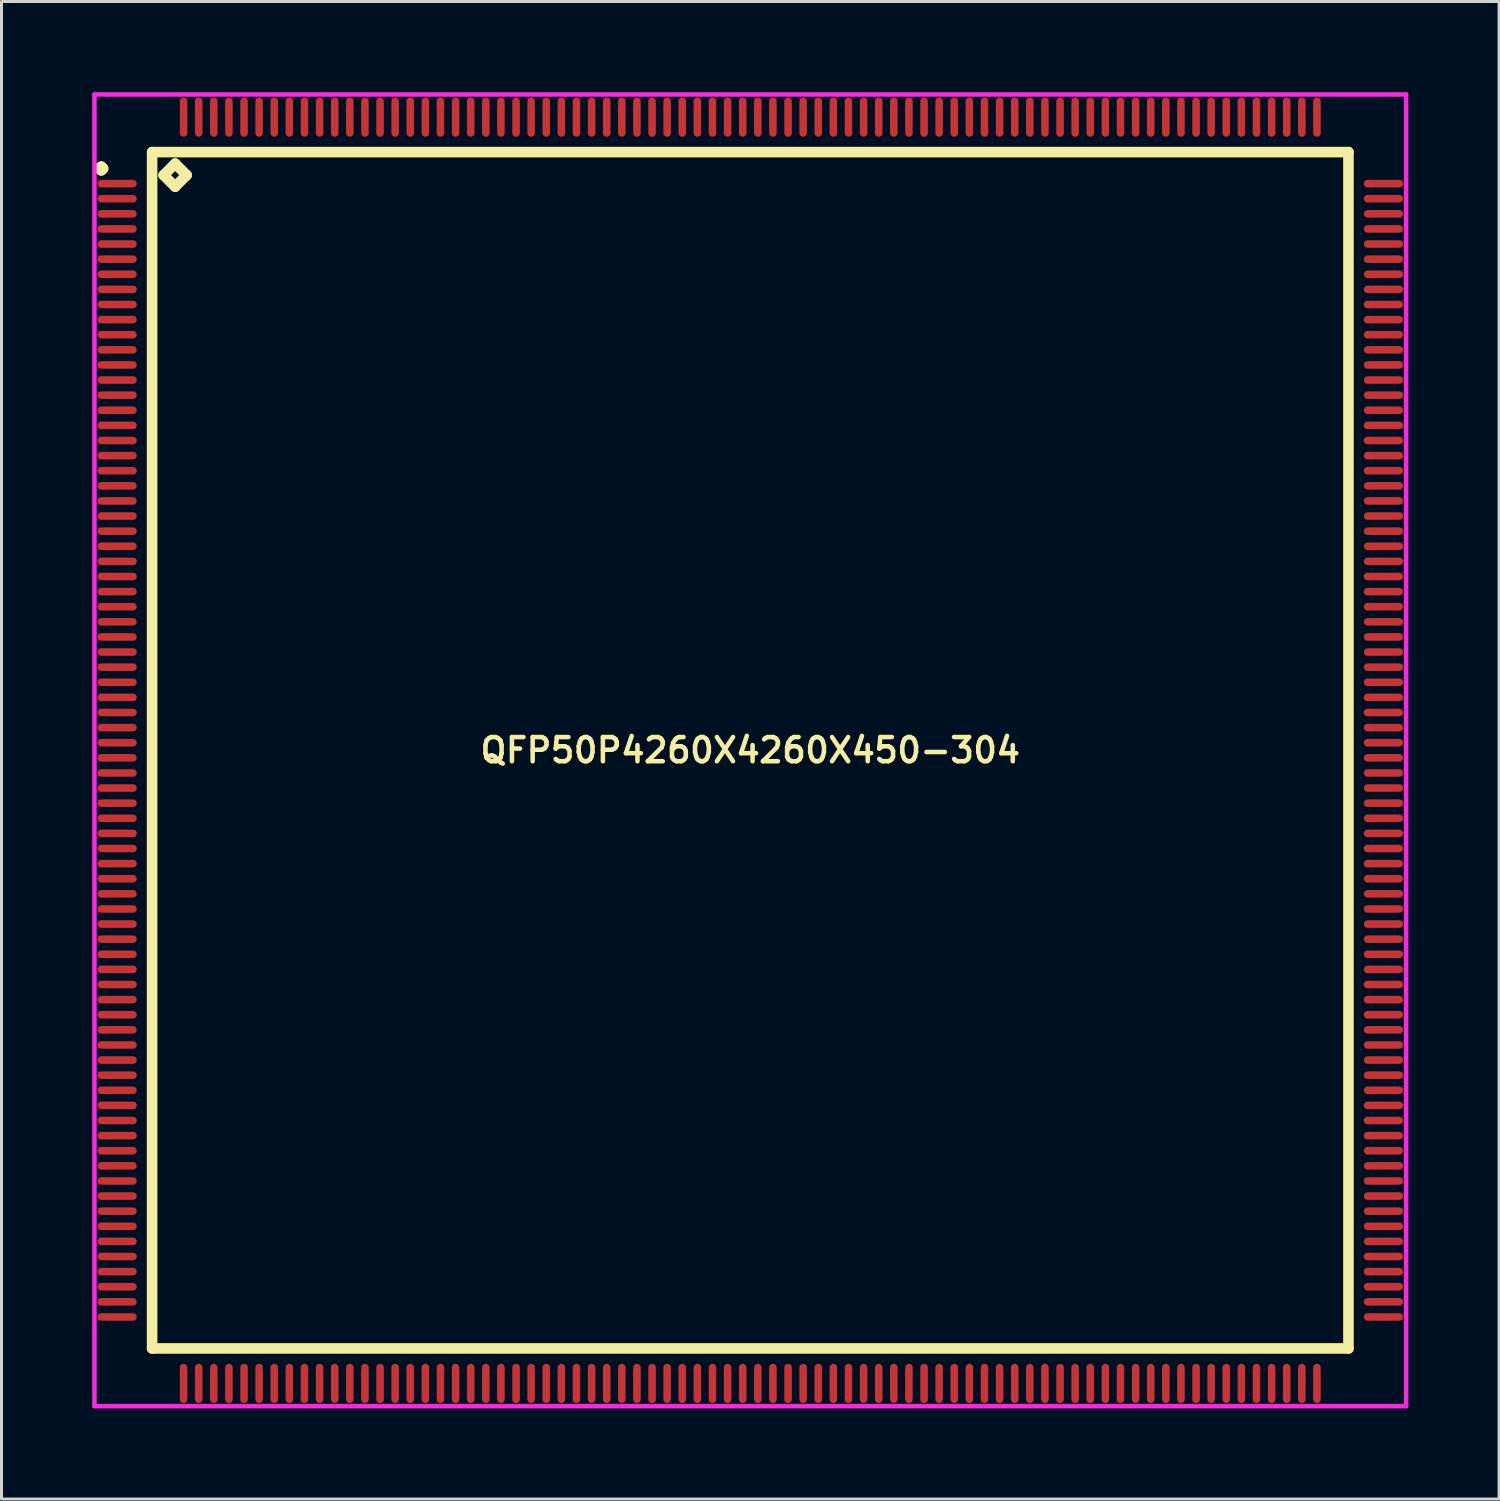
<source format=kicad_pcb>
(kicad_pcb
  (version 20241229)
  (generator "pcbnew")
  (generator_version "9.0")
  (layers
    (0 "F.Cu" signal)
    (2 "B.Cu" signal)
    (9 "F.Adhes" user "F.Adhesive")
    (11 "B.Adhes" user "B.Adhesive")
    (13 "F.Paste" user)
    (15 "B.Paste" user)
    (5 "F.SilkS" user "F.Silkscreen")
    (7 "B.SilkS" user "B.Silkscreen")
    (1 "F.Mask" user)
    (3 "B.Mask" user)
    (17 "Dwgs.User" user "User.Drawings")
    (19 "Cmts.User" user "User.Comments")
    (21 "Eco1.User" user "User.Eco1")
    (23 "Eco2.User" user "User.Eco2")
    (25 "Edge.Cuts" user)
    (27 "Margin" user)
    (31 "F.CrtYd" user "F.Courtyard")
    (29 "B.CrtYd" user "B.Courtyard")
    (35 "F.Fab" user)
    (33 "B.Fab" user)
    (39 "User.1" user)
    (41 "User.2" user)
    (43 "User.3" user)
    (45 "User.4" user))
  (footprint "QFP50P4260X4260X450-304"
    (layer "F.Cu")
    (at 21.775 21.775)
    (property "Reference" "QFP50P4260X4260X450-304" (at 0 0 0) (layer "F.SilkS") (effects (font (size 0.8 0.8) (thickness 0.15))))
    (attr smd)
    (fp_line (start -21.538 -19.25) (end -21.475 -19.312) (stroke (width 0.35) (type solid)) (layer "F.SilkS"))
    (fp_line (start -21.475 -19.312) (end -21.413 -19.25) (stroke (width 0.35) (type solid)) (layer "F.SilkS"))
    (fp_line (start -21.475 -19.188) (end -21.538 -19.25) (stroke (width 0.35) (type solid)) (layer "F.SilkS"))
    (fp_line (start -21.413 -19.25) (end -21.475 -19.188) (stroke (width 0.35) (type solid)) (layer "F.SilkS"))
    (fp_line (start -19.792 -19.792) (end -19.792 19.792) (stroke (width 0.35) (type solid)) (layer "F.SilkS"))
    (fp_line (start -19.792 19.792) (end 19.792 19.792) (stroke (width 0.35) (type solid)) (layer "F.SilkS"))
    (fp_line (start -19.411 -19.03) (end -19.03 -19.411) (stroke (width 0.35) (type solid)) (layer "F.SilkS"))
    (fp_line (start -19.03 -19.411) (end -18.649 -19.03) (stroke (width 0.35) (type solid)) (layer "F.SilkS"))
    (fp_line (start -19.03 -18.649) (end -19.411 -19.03) (stroke (width 0.35) (type solid)) (layer "F.SilkS"))
    (fp_line (start -18.649 -19.03) (end -19.03 -18.649) (stroke (width 0.35) (type solid)) (layer "F.SilkS"))
    (fp_line (start 19.792 -19.792) (end -19.792 -19.792) (stroke (width 0.35) (type solid)) (layer "F.SilkS"))
    (fp_line (start 19.792 19.792) (end 19.792 -19.792) (stroke (width 0.35) (type solid)) (layer "F.SilkS"))
    (fp_line (start -21.7 -21.7) (end 21.7 -21.7) (stroke (width 0.15) (type solid)) (layer "F.CrtYd"))
    (fp_line (start -21.7 21.7) (end -21.7 -21.7) (stroke (width 0.15) (type solid)) (layer "F.CrtYd"))
    (fp_line (start 21.7 -21.7) (end 21.7 21.7) (stroke (width 0.15) (type solid)) (layer "F.CrtYd"))
    (fp_line (start 21.7 21.7) (end -21.7 21.7) (stroke (width 0.15) (type solid)) (layer "F.CrtYd"))
    (pad "1" smd oval (at -20.95 -18.75) (size 1.3 0.25) (layers "F.Cu" "F.Mask" "F.Paste"))
    (pad "2" smd oval (at -20.95 -18.25) (size 1.3 0.25) (layers "F.Cu" "F.Mask" "F.Paste"))
    (pad "3" smd oval (at -20.95 -17.75) (size 1.3 0.25) (layers "F.Cu" "F.Mask" "F.Paste"))
    (pad "4" smd oval (at -20.95 -17.25) (size 1.3 0.25) (layers "F.Cu" "F.Mask" "F.Paste"))
    (pad "5" smd oval (at -20.95 -16.75) (size 1.3 0.25) (layers "F.Cu" "F.Mask" "F.Paste"))
    (pad "6" smd oval (at -20.95 -16.25) (size 1.3 0.25) (layers "F.Cu" "F.Mask" "F.Paste"))
    (pad "7" smd oval (at -20.95 -15.75) (size 1.3 0.25) (layers "F.Cu" "F.Mask" "F.Paste"))
    (pad "8" smd oval (at -20.95 -15.25) (size 1.3 0.25) (layers "F.Cu" "F.Mask" "F.Paste"))
    (pad "9" smd oval (at -20.95 -14.75) (size 1.3 0.25) (layers "F.Cu" "F.Mask" "F.Paste"))
    (pad "10" smd oval (at -20.95 -14.25) (size 1.3 0.25) (layers "F.Cu" "F.Mask" "F.Paste"))
    (pad "11" smd oval (at -20.95 -13.75) (size 1.3 0.25) (layers "F.Cu" "F.Mask" "F.Paste"))
    (pad "12" smd oval (at -20.95 -13.25) (size 1.3 0.25) (layers "F.Cu" "F.Mask" "F.Paste"))
    (pad "13" smd oval (at -20.95 -12.75) (size 1.3 0.25) (layers "F.Cu" "F.Mask" "F.Paste"))
    (pad "14" smd oval (at -20.95 -12.25) (size 1.3 0.25) (layers "F.Cu" "F.Mask" "F.Paste"))
    (pad "15" smd oval (at -20.95 -11.75) (size 1.3 0.25) (layers "F.Cu" "F.Mask" "F.Paste"))
    (pad "16" smd oval (at -20.95 -11.25) (size 1.3 0.25) (layers "F.Cu" "F.Mask" "F.Paste"))
    (pad "17" smd oval (at -20.95 -10.75) (size 1.3 0.25) (layers "F.Cu" "F.Mask" "F.Paste"))
    (pad "18" smd oval (at -20.95 -10.25) (size 1.3 0.25) (layers "F.Cu" "F.Mask" "F.Paste"))
    (pad "19" smd oval (at -20.95 -9.75) (size 1.3 0.25) (layers "F.Cu" "F.Mask" "F.Paste"))
    (pad "20" smd oval (at -20.95 -9.25) (size 1.3 0.25) (layers "F.Cu" "F.Mask" "F.Paste"))
    (pad "21" smd oval (at -20.95 -8.75) (size 1.3 0.25) (layers "F.Cu" "F.Mask" "F.Paste"))
    (pad "22" smd oval (at -20.95 -8.25) (size 1.3 0.25) (layers "F.Cu" "F.Mask" "F.Paste"))
    (pad "23" smd oval (at -20.95 -7.75) (size 1.3 0.25) (layers "F.Cu" "F.Mask" "F.Paste"))
    (pad "24" smd oval (at -20.95 -7.25) (size 1.3 0.25) (layers "F.Cu" "F.Mask" "F.Paste"))
    (pad "25" smd oval (at -20.95 -6.75) (size 1.3 0.25) (layers "F.Cu" "F.Mask" "F.Paste"))
    (pad "26" smd oval (at -20.95 -6.25) (size 1.3 0.25) (layers "F.Cu" "F.Mask" "F.Paste"))
    (pad "27" smd oval (at -20.95 -5.75) (size 1.3 0.25) (layers "F.Cu" "F.Mask" "F.Paste"))
    (pad "28" smd oval (at -20.95 -5.25) (size 1.3 0.25) (layers "F.Cu" "F.Mask" "F.Paste"))
    (pad "29" smd oval (at -20.95 -4.75) (size 1.3 0.25) (layers "F.Cu" "F.Mask" "F.Paste"))
    (pad "30" smd oval (at -20.95 -4.25) (size 1.3 0.25) (layers "F.Cu" "F.Mask" "F.Paste"))
    (pad "31" smd oval (at -20.95 -3.75) (size 1.3 0.25) (layers "F.Cu" "F.Mask" "F.Paste"))
    (pad "32" smd oval (at -20.95 -3.25) (size 1.3 0.25) (layers "F.Cu" "F.Mask" "F.Paste"))
    (pad "33" smd oval (at -20.95 -2.75) (size 1.3 0.25) (layers "F.Cu" "F.Mask" "F.Paste"))
    (pad "34" smd oval (at -20.95 -2.25) (size 1.3 0.25) (layers "F.Cu" "F.Mask" "F.Paste"))
    (pad "35" smd oval (at -20.95 -1.75) (size 1.3 0.25) (layers "F.Cu" "F.Mask" "F.Paste"))
    (pad "36" smd oval (at -20.95 -1.25) (size 1.3 0.25) (layers "F.Cu" "F.Mask" "F.Paste"))
    (pad "37" smd oval (at -20.95 -0.75) (size 1.3 0.25) (layers "F.Cu" "F.Mask" "F.Paste"))
    (pad "38" smd oval (at -20.95 -0.25) (size 1.3 0.25) (layers "F.Cu" "F.Mask" "F.Paste"))
    (pad "39" smd oval (at -20.95 0.25) (size 1.3 0.25) (layers "F.Cu" "F.Mask" "F.Paste"))
    (pad "40" smd oval (at -20.95 0.75) (size 1.3 0.25) (layers "F.Cu" "F.Mask" "F.Paste"))
    (pad "41" smd oval (at -20.95 1.25) (size 1.3 0.25) (layers "F.Cu" "F.Mask" "F.Paste"))
    (pad "42" smd oval (at -20.95 1.75) (size 1.3 0.25) (layers "F.Cu" "F.Mask" "F.Paste"))
    (pad "43" smd oval (at -20.95 2.25) (size 1.3 0.25) (layers "F.Cu" "F.Mask" "F.Paste"))
    (pad "44" smd oval (at -20.95 2.75) (size 1.3 0.25) (layers "F.Cu" "F.Mask" "F.Paste"))
    (pad "45" smd oval (at -20.95 3.25) (size 1.3 0.25) (layers "F.Cu" "F.Mask" "F.Paste"))
    (pad "46" smd oval (at -20.95 3.75) (size 1.3 0.25) (layers "F.Cu" "F.Mask" "F.Paste"))
    (pad "47" smd oval (at -20.95 4.25) (size 1.3 0.25) (layers "F.Cu" "F.Mask" "F.Paste"))
    (pad "48" smd oval (at -20.95 4.75) (size 1.3 0.25) (layers "F.Cu" "F.Mask" "F.Paste"))
    (pad "49" smd oval (at -20.95 5.25) (size 1.3 0.25) (layers "F.Cu" "F.Mask" "F.Paste"))
    (pad "50" smd oval (at -20.95 5.75) (size 1.3 0.25) (layers "F.Cu" "F.Mask" "F.Paste"))
    (pad "51" smd oval (at -20.95 6.25) (size 1.3 0.25) (layers "F.Cu" "F.Mask" "F.Paste"))
    (pad "52" smd oval (at -20.95 6.75) (size 1.3 0.25) (layers "F.Cu" "F.Mask" "F.Paste"))
    (pad "53" smd oval (at -20.95 7.25) (size 1.3 0.25) (layers "F.Cu" "F.Mask" "F.Paste"))
    (pad "54" smd oval (at -20.95 7.75) (size 1.3 0.25) (layers "F.Cu" "F.Mask" "F.Paste"))
    (pad "55" smd oval (at -20.95 8.25) (size 1.3 0.25) (layers "F.Cu" "F.Mask" "F.Paste"))
    (pad "56" smd oval (at -20.95 8.75) (size 1.3 0.25) (layers "F.Cu" "F.Mask" "F.Paste"))
    (pad "57" smd oval (at -20.95 9.25) (size 1.3 0.25) (layers "F.Cu" "F.Mask" "F.Paste"))
    (pad "58" smd oval (at -20.95 9.75) (size 1.3 0.25) (layers "F.Cu" "F.Mask" "F.Paste"))
    (pad "59" smd oval (at -20.95 10.25) (size 1.3 0.25) (layers "F.Cu" "F.Mask" "F.Paste"))
    (pad "60" smd oval (at -20.95 10.75) (size 1.3 0.25) (layers "F.Cu" "F.Mask" "F.Paste"))
    (pad "61" smd oval (at -20.95 11.25) (size 1.3 0.25) (layers "F.Cu" "F.Mask" "F.Paste"))
    (pad "62" smd oval (at -20.95 11.75) (size 1.3 0.25) (layers "F.Cu" "F.Mask" "F.Paste"))
    (pad "63" smd oval (at -20.95 12.25) (size 1.3 0.25) (layers "F.Cu" "F.Mask" "F.Paste"))
    (pad "64" smd oval (at -20.95 12.75) (size 1.3 0.25) (layers "F.Cu" "F.Mask" "F.Paste"))
    (pad "65" smd oval (at -20.95 13.25) (size 1.3 0.25) (layers "F.Cu" "F.Mask" "F.Paste"))
    (pad "66" smd oval (at -20.95 13.75) (size 1.3 0.25) (layers "F.Cu" "F.Mask" "F.Paste"))
    (pad "67" smd oval (at -20.95 14.25) (size 1.3 0.25) (layers "F.Cu" "F.Mask" "F.Paste"))
    (pad "68" smd oval (at -20.95 14.75) (size 1.3 0.25) (layers "F.Cu" "F.Mask" "F.Paste"))
    (pad "69" smd oval (at -20.95 15.25) (size 1.3 0.25) (layers "F.Cu" "F.Mask" "F.Paste"))
    (pad "70" smd oval (at -20.95 15.75) (size 1.3 0.25) (layers "F.Cu" "F.Mask" "F.Paste"))
    (pad "71" smd oval (at -20.95 16.25) (size 1.3 0.25) (layers "F.Cu" "F.Mask" "F.Paste"))
    (pad "72" smd oval (at -20.95 16.75) (size 1.3 0.25) (layers "F.Cu" "F.Mask" "F.Paste"))
    (pad "73" smd oval (at -20.95 17.25) (size 1.3 0.25) (layers "F.Cu" "F.Mask" "F.Paste"))
    (pad "74" smd oval (at -20.95 17.75) (size 1.3 0.25) (layers "F.Cu" "F.Mask" "F.Paste"))
    (pad "75" smd oval (at -20.95 18.25) (size 1.3 0.25) (layers "F.Cu" "F.Mask" "F.Paste"))
    (pad "76" smd oval (at -20.95 18.75) (size 1.3 0.25) (layers "F.Cu" "F.Mask" "F.Paste"))
    (pad "77" smd oval (at -18.75 20.95) (size 0.25 1.3) (layers "F.Cu" "F.Mask" "F.Paste"))
    (pad "78" smd oval (at -18.25 20.95) (size 0.25 1.3) (layers "F.Cu" "F.Mask" "F.Paste"))
    (pad "79" smd oval (at -17.75 20.95) (size 0.25 1.3) (layers "F.Cu" "F.Mask" "F.Paste"))
    (pad "80" smd oval (at -17.25 20.95) (size 0.25 1.3) (layers "F.Cu" "F.Mask" "F.Paste"))
    (pad "81" smd oval (at -16.75 20.95) (size 0.25 1.3) (layers "F.Cu" "F.Mask" "F.Paste"))
    (pad "82" smd oval (at -16.25 20.95) (size 0.25 1.3) (layers "F.Cu" "F.Mask" "F.Paste"))
    (pad "83" smd oval (at -15.75 20.95) (size 0.25 1.3) (layers "F.Cu" "F.Mask" "F.Paste"))
    (pad "84" smd oval (at -15.25 20.95) (size 0.25 1.3) (layers "F.Cu" "F.Mask" "F.Paste"))
    (pad "85" smd oval (at -14.75 20.95) (size 0.25 1.3) (layers "F.Cu" "F.Mask" "F.Paste"))
    (pad "86" smd oval (at -14.25 20.95) (size 0.25 1.3) (layers "F.Cu" "F.Mask" "F.Paste"))
    (pad "87" smd oval (at -13.75 20.95) (size 0.25 1.3) (layers "F.Cu" "F.Mask" "F.Paste"))
    (pad "88" smd oval (at -13.25 20.95) (size 0.25 1.3) (layers "F.Cu" "F.Mask" "F.Paste"))
    (pad "89" smd oval (at -12.75 20.95) (size 0.25 1.3) (layers "F.Cu" "F.Mask" "F.Paste"))
    (pad "90" smd oval (at -12.25 20.95) (size 0.25 1.3) (layers "F.Cu" "F.Mask" "F.Paste"))
    (pad "91" smd oval (at -11.75 20.95) (size 0.25 1.3) (layers "F.Cu" "F.Mask" "F.Paste"))
    (pad "92" smd oval (at -11.25 20.95) (size 0.25 1.3) (layers "F.Cu" "F.Mask" "F.Paste"))
    (pad "93" smd oval (at -10.75 20.95) (size 0.25 1.3) (layers "F.Cu" "F.Mask" "F.Paste"))
    (pad "94" smd oval (at -10.25 20.95) (size 0.25 1.3) (layers "F.Cu" "F.Mask" "F.Paste"))
    (pad "95" smd oval (at -9.75 20.95) (size 0.25 1.3) (layers "F.Cu" "F.Mask" "F.Paste"))
    (pad "96" smd oval (at -9.25 20.95) (size 0.25 1.3) (layers "F.Cu" "F.Mask" "F.Paste"))
    (pad "97" smd oval (at -8.75 20.95) (size 0.25 1.3) (layers "F.Cu" "F.Mask" "F.Paste"))
    (pad "98" smd oval (at -8.25 20.95) (size 0.25 1.3) (layers "F.Cu" "F.Mask" "F.Paste"))
    (pad "99" smd oval (at -7.75 20.95) (size 0.25 1.3) (layers "F.Cu" "F.Mask" "F.Paste"))
    (pad "100" smd oval (at -7.25 20.95) (size 0.25 1.3) (layers "F.Cu" "F.Mask" "F.Paste"))
    (pad "101" smd oval (at -6.75 20.95) (size 0.25 1.3) (layers "F.Cu" "F.Mask" "F.Paste"))
    (pad "102" smd oval (at -6.25 20.95) (size 0.25 1.3) (layers "F.Cu" "F.Mask" "F.Paste"))
    (pad "103" smd oval (at -5.75 20.95) (size 0.25 1.3) (layers "F.Cu" "F.Mask" "F.Paste"))
    (pad "104" smd oval (at -5.25 20.95) (size 0.25 1.3) (layers "F.Cu" "F.Mask" "F.Paste"))
    (pad "105" smd oval (at -4.75 20.95) (size 0.25 1.3) (layers "F.Cu" "F.Mask" "F.Paste"))
    (pad "106" smd oval (at -4.25 20.95) (size 0.25 1.3) (layers "F.Cu" "F.Mask" "F.Paste"))
    (pad "107" smd oval (at -3.75 20.95) (size 0.25 1.3) (layers "F.Cu" "F.Mask" "F.Paste"))
    (pad "108" smd oval (at -3.25 20.95) (size 0.25 1.3) (layers "F.Cu" "F.Mask" "F.Paste"))
    (pad "109" smd oval (at -2.75 20.95) (size 0.25 1.3) (layers "F.Cu" "F.Mask" "F.Paste"))
    (pad "110" smd oval (at -2.25 20.95) (size 0.25 1.3) (layers "F.Cu" "F.Mask" "F.Paste"))
    (pad "111" smd oval (at -1.75 20.95) (size 0.25 1.3) (layers "F.Cu" "F.Mask" "F.Paste"))
    (pad "112" smd oval (at -1.25 20.95) (size 0.25 1.3) (layers "F.Cu" "F.Mask" "F.Paste"))
    (pad "113" smd oval (at -0.75 20.95) (size 0.25 1.3) (layers "F.Cu" "F.Mask" "F.Paste"))
    (pad "114" smd oval (at -0.25 20.95) (size 0.25 1.3) (layers "F.Cu" "F.Mask" "F.Paste"))
    (pad "115" smd oval (at 0.25 20.95) (size 0.25 1.3) (layers "F.Cu" "F.Mask" "F.Paste"))
    (pad "116" smd oval (at 0.75 20.95) (size 0.25 1.3) (layers "F.Cu" "F.Mask" "F.Paste"))
    (pad "117" smd oval (at 1.25 20.95) (size 0.25 1.3) (layers "F.Cu" "F.Mask" "F.Paste"))
    (pad "118" smd oval (at 1.75 20.95) (size 0.25 1.3) (layers "F.Cu" "F.Mask" "F.Paste"))
    (pad "119" smd oval (at 2.25 20.95) (size 0.25 1.3) (layers "F.Cu" "F.Mask" "F.Paste"))
    (pad "120" smd oval (at 2.75 20.95) (size 0.25 1.3) (layers "F.Cu" "F.Mask" "F.Paste"))
    (pad "121" smd oval (at 3.25 20.95) (size 0.25 1.3) (layers "F.Cu" "F.Mask" "F.Paste"))
    (pad "122" smd oval (at 3.75 20.95) (size 0.25 1.3) (layers "F.Cu" "F.Mask" "F.Paste"))
    (pad "123" smd oval (at 4.25 20.95) (size 0.25 1.3) (layers "F.Cu" "F.Mask" "F.Paste"))
    (pad "124" smd oval (at 4.75 20.95) (size 0.25 1.3) (layers "F.Cu" "F.Mask" "F.Paste"))
    (pad "125" smd oval (at 5.25 20.95) (size 0.25 1.3) (layers "F.Cu" "F.Mask" "F.Paste"))
    (pad "126" smd oval (at 5.75 20.95) (size 0.25 1.3) (layers "F.Cu" "F.Mask" "F.Paste"))
    (pad "127" smd oval (at 6.25 20.95) (size 0.25 1.3) (layers "F.Cu" "F.Mask" "F.Paste"))
    (pad "128" smd oval (at 6.75 20.95) (size 0.25 1.3) (layers "F.Cu" "F.Mask" "F.Paste"))
    (pad "129" smd oval (at 7.25 20.95) (size 0.25 1.3) (layers "F.Cu" "F.Mask" "F.Paste"))
    (pad "130" smd oval (at 7.75 20.95) (size 0.25 1.3) (layers "F.Cu" "F.Mask" "F.Paste"))
    (pad "131" smd oval (at 8.25 20.95) (size 0.25 1.3) (layers "F.Cu" "F.Mask" "F.Paste"))
    (pad "132" smd oval (at 8.75 20.95) (size 0.25 1.3) (layers "F.Cu" "F.Mask" "F.Paste"))
    (pad "133" smd oval (at 9.25 20.95) (size 0.25 1.3) (layers "F.Cu" "F.Mask" "F.Paste"))
    (pad "134" smd oval (at 9.75 20.95) (size 0.25 1.3) (layers "F.Cu" "F.Mask" "F.Paste"))
    (pad "135" smd oval (at 10.25 20.95) (size 0.25 1.3) (layers "F.Cu" "F.Mask" "F.Paste"))
    (pad "136" smd oval (at 10.75 20.95) (size 0.25 1.3) (layers "F.Cu" "F.Mask" "F.Paste"))
    (pad "137" smd oval (at 11.25 20.95) (size 0.25 1.3) (layers "F.Cu" "F.Mask" "F.Paste"))
    (pad "138" smd oval (at 11.75 20.95) (size 0.25 1.3) (layers "F.Cu" "F.Mask" "F.Paste"))
    (pad "139" smd oval (at 12.25 20.95) (size 0.25 1.3) (layers "F.Cu" "F.Mask" "F.Paste"))
    (pad "140" smd oval (at 12.75 20.95) (size 0.25 1.3) (layers "F.Cu" "F.Mask" "F.Paste"))
    (pad "141" smd oval (at 13.25 20.95) (size 0.25 1.3) (layers "F.Cu" "F.Mask" "F.Paste"))
    (pad "142" smd oval (at 13.75 20.95) (size 0.25 1.3) (layers "F.Cu" "F.Mask" "F.Paste"))
    (pad "143" smd oval (at 14.25 20.95) (size 0.25 1.3) (layers "F.Cu" "F.Mask" "F.Paste"))
    (pad "144" smd oval (at 14.75 20.95) (size 0.25 1.3) (layers "F.Cu" "F.Mask" "F.Paste"))
    (pad "145" smd oval (at 15.25 20.95) (size 0.25 1.3) (layers "F.Cu" "F.Mask" "F.Paste"))
    (pad "146" smd oval (at 15.75 20.95) (size 0.25 1.3) (layers "F.Cu" "F.Mask" "F.Paste"))
    (pad "147" smd oval (at 16.25 20.95) (size 0.25 1.3) (layers "F.Cu" "F.Mask" "F.Paste"))
    (pad "148" smd oval (at 16.75 20.95) (size 0.25 1.3) (layers "F.Cu" "F.Mask" "F.Paste"))
    (pad "149" smd oval (at 17.25 20.95) (size 0.25 1.3) (layers "F.Cu" "F.Mask" "F.Paste"))
    (pad "150" smd oval (at 17.75 20.95) (size 0.25 1.3) (layers "F.Cu" "F.Mask" "F.Paste"))
    (pad "151" smd oval (at 18.25 20.95) (size 0.25 1.3) (layers "F.Cu" "F.Mask" "F.Paste"))
    (pad "152" smd oval (at 18.75 20.95) (size 0.25 1.3) (layers "F.Cu" "F.Mask" "F.Paste"))
    (pad "153" smd oval (at 20.95 18.75) (size 1.3 0.25) (layers "F.Cu" "F.Mask" "F.Paste"))
    (pad "154" smd oval (at 20.95 18.25) (size 1.3 0.25) (layers "F.Cu" "F.Mask" "F.Paste"))
    (pad "155" smd oval (at 20.95 17.75) (size 1.3 0.25) (layers "F.Cu" "F.Mask" "F.Paste"))
    (pad "156" smd oval (at 20.95 17.25) (size 1.3 0.25) (layers "F.Cu" "F.Mask" "F.Paste"))
    (pad "157" smd oval (at 20.95 16.75) (size 1.3 0.25) (layers "F.Cu" "F.Mask" "F.Paste"))
    (pad "158" smd oval (at 20.95 16.25) (size 1.3 0.25) (layers "F.Cu" "F.Mask" "F.Paste"))
    (pad "159" smd oval (at 20.95 15.75) (size 1.3 0.25) (layers "F.Cu" "F.Mask" "F.Paste"))
    (pad "160" smd oval (at 20.95 15.25) (size 1.3 0.25) (layers "F.Cu" "F.Mask" "F.Paste"))
    (pad "161" smd oval (at 20.95 14.75) (size 1.3 0.25) (layers "F.Cu" "F.Mask" "F.Paste"))
    (pad "162" smd oval (at 20.95 14.25) (size 1.3 0.25) (layers "F.Cu" "F.Mask" "F.Paste"))
    (pad "163" smd oval (at 20.95 13.75) (size 1.3 0.25) (layers "F.Cu" "F.Mask" "F.Paste"))
    (pad "164" smd oval (at 20.95 13.25) (size 1.3 0.25) (layers "F.Cu" "F.Mask" "F.Paste"))
    (pad "165" smd oval (at 20.95 12.75) (size 1.3 0.25) (layers "F.Cu" "F.Mask" "F.Paste"))
    (pad "166" smd oval (at 20.95 12.25) (size 1.3 0.25) (layers "F.Cu" "F.Mask" "F.Paste"))
    (pad "167" smd oval (at 20.95 11.75) (size 1.3 0.25) (layers "F.Cu" "F.Mask" "F.Paste"))
    (pad "168" smd oval (at 20.95 11.25) (size 1.3 0.25) (layers "F.Cu" "F.Mask" "F.Paste"))
    (pad "169" smd oval (at 20.95 10.75) (size 1.3 0.25) (layers "F.Cu" "F.Mask" "F.Paste"))
    (pad "170" smd oval (at 20.95 10.25) (size 1.3 0.25) (layers "F.Cu" "F.Mask" "F.Paste"))
    (pad "171" smd oval (at 20.95 9.75) (size 1.3 0.25) (layers "F.Cu" "F.Mask" "F.Paste"))
    (pad "172" smd oval (at 20.95 9.25) (size 1.3 0.25) (layers "F.Cu" "F.Mask" "F.Paste"))
    (pad "173" smd oval (at 20.95 8.75) (size 1.3 0.25) (layers "F.Cu" "F.Mask" "F.Paste"))
    (pad "174" smd oval (at 20.95 8.25) (size 1.3 0.25) (layers "F.Cu" "F.Mask" "F.Paste"))
    (pad "175" smd oval (at 20.95 7.75) (size 1.3 0.25) (layers "F.Cu" "F.Mask" "F.Paste"))
    (pad "176" smd oval (at 20.95 7.25) (size 1.3 0.25) (layers "F.Cu" "F.Mask" "F.Paste"))
    (pad "177" smd oval (at 20.95 6.75) (size 1.3 0.25) (layers "F.Cu" "F.Mask" "F.Paste"))
    (pad "178" smd oval (at 20.95 6.25) (size 1.3 0.25) (layers "F.Cu" "F.Mask" "F.Paste"))
    (pad "179" smd oval (at 20.95 5.75) (size 1.3 0.25) (layers "F.Cu" "F.Mask" "F.Paste"))
    (pad "180" smd oval (at 20.95 5.25) (size 1.3 0.25) (layers "F.Cu" "F.Mask" "F.Paste"))
    (pad "181" smd oval (at 20.95 4.75) (size 1.3 0.25) (layers "F.Cu" "F.Mask" "F.Paste"))
    (pad "182" smd oval (at 20.95 4.25) (size 1.3 0.25) (layers "F.Cu" "F.Mask" "F.Paste"))
    (pad "183" smd oval (at 20.95 3.75) (size 1.3 0.25) (layers "F.Cu" "F.Mask" "F.Paste"))
    (pad "184" smd oval (at 20.95 3.25) (size 1.3 0.25) (layers "F.Cu" "F.Mask" "F.Paste"))
    (pad "185" smd oval (at 20.95 2.75) (size 1.3 0.25) (layers "F.Cu" "F.Mask" "F.Paste"))
    (pad "186" smd oval (at 20.95 2.25) (size 1.3 0.25) (layers "F.Cu" "F.Mask" "F.Paste"))
    (pad "187" smd oval (at 20.95 1.75) (size 1.3 0.25) (layers "F.Cu" "F.Mask" "F.Paste"))
    (pad "188" smd oval (at 20.95 1.25) (size 1.3 0.25) (layers "F.Cu" "F.Mask" "F.Paste"))
    (pad "189" smd oval (at 20.95 0.75) (size 1.3 0.25) (layers "F.Cu" "F.Mask" "F.Paste"))
    (pad "190" smd oval (at 20.95 0.25) (size 1.3 0.25) (layers "F.Cu" "F.Mask" "F.Paste"))
    (pad "191" smd oval (at 20.95 -0.25) (size 1.3 0.25) (layers "F.Cu" "F.Mask" "F.Paste"))
    (pad "192" smd oval (at 20.95 -0.75) (size 1.3 0.25) (layers "F.Cu" "F.Mask" "F.Paste"))
    (pad "193" smd oval (at 20.95 -1.25) (size 1.3 0.25) (layers "F.Cu" "F.Mask" "F.Paste"))
    (pad "194" smd oval (at 20.95 -1.75) (size 1.3 0.25) (layers "F.Cu" "F.Mask" "F.Paste"))
    (pad "195" smd oval (at 20.95 -2.25) (size 1.3 0.25) (layers "F.Cu" "F.Mask" "F.Paste"))
    (pad "196" smd oval (at 20.95 -2.75) (size 1.3 0.25) (layers "F.Cu" "F.Mask" "F.Paste"))
    (pad "197" smd oval (at 20.95 -3.25) (size 1.3 0.25) (layers "F.Cu" "F.Mask" "F.Paste"))
    (pad "198" smd oval (at 20.95 -3.75) (size 1.3 0.25) (layers "F.Cu" "F.Mask" "F.Paste"))
    (pad "199" smd oval (at 20.95 -4.25) (size 1.3 0.25) (layers "F.Cu" "F.Mask" "F.Paste"))
    (pad "200" smd oval (at 20.95 -4.75) (size 1.3 0.25) (layers "F.Cu" "F.Mask" "F.Paste"))
    (pad "201" smd oval (at 20.95 -5.25) (size 1.3 0.25) (layers "F.Cu" "F.Mask" "F.Paste"))
    (pad "202" smd oval (at 20.95 -5.75) (size 1.3 0.25) (layers "F.Cu" "F.Mask" "F.Paste"))
    (pad "203" smd oval (at 20.95 -6.25) (size 1.3 0.25) (layers "F.Cu" "F.Mask" "F.Paste"))
    (pad "204" smd oval (at 20.95 -6.75) (size 1.3 0.25) (layers "F.Cu" "F.Mask" "F.Paste"))
    (pad "205" smd oval (at 20.95 -7.25) (size 1.3 0.25) (layers "F.Cu" "F.Mask" "F.Paste"))
    (pad "206" smd oval (at 20.95 -7.75) (size 1.3 0.25) (layers "F.Cu" "F.Mask" "F.Paste"))
    (pad "207" smd oval (at 20.95 -8.25) (size 1.3 0.25) (layers "F.Cu" "F.Mask" "F.Paste"))
    (pad "208" smd oval (at 20.95 -8.75) (size 1.3 0.25) (layers "F.Cu" "F.Mask" "F.Paste"))
    (pad "209" smd oval (at 20.95 -9.25) (size 1.3 0.25) (layers "F.Cu" "F.Mask" "F.Paste"))
    (pad "210" smd oval (at 20.95 -9.75) (size 1.3 0.25) (layers "F.Cu" "F.Mask" "F.Paste"))
    (pad "211" smd oval (at 20.95 -10.25) (size 1.3 0.25) (layers "F.Cu" "F.Mask" "F.Paste"))
    (pad "212" smd oval (at 20.95 -10.75) (size 1.3 0.25) (layers "F.Cu" "F.Mask" "F.Paste"))
    (pad "213" smd oval (at 20.95 -11.25) (size 1.3 0.25) (layers "F.Cu" "F.Mask" "F.Paste"))
    (pad "214" smd oval (at 20.95 -11.75) (size 1.3 0.25) (layers "F.Cu" "F.Mask" "F.Paste"))
    (pad "215" smd oval (at 20.95 -12.25) (size 1.3 0.25) (layers "F.Cu" "F.Mask" "F.Paste"))
    (pad "216" smd oval (at 20.95 -12.75) (size 1.3 0.25) (layers "F.Cu" "F.Mask" "F.Paste"))
    (pad "217" smd oval (at 20.95 -13.25) (size 1.3 0.25) (layers "F.Cu" "F.Mask" "F.Paste"))
    (pad "218" smd oval (at 20.95 -13.75) (size 1.3 0.25) (layers "F.Cu" "F.Mask" "F.Paste"))
    (pad "219" smd oval (at 20.95 -14.25) (size 1.3 0.25) (layers "F.Cu" "F.Mask" "F.Paste"))
    (pad "220" smd oval (at 20.95 -14.75) (size 1.3 0.25) (layers "F.Cu" "F.Mask" "F.Paste"))
    (pad "221" smd oval (at 20.95 -15.25) (size 1.3 0.25) (layers "F.Cu" "F.Mask" "F.Paste"))
    (pad "222" smd oval (at 20.95 -15.75) (size 1.3 0.25) (layers "F.Cu" "F.Mask" "F.Paste"))
    (pad "223" smd oval (at 20.95 -16.25) (size 1.3 0.25) (layers "F.Cu" "F.Mask" "F.Paste"))
    (pad "224" smd oval (at 20.95 -16.75) (size 1.3 0.25) (layers "F.Cu" "F.Mask" "F.Paste"))
    (pad "225" smd oval (at 20.95 -17.25) (size 1.3 0.25) (layers "F.Cu" "F.Mask" "F.Paste"))
    (pad "226" smd oval (at 20.95 -17.75) (size 1.3 0.25) (layers "F.Cu" "F.Mask" "F.Paste"))
    (pad "227" smd oval (at 20.95 -18.25) (size 1.3 0.25) (layers "F.Cu" "F.Mask" "F.Paste"))
    (pad "228" smd oval (at 20.95 -18.75) (size 1.3 0.25) (layers "F.Cu" "F.Mask" "F.Paste"))
    (pad "229" smd oval (at 18.75 -20.95) (size 0.25 1.3) (layers "F.Cu" "F.Mask" "F.Paste"))
    (pad "230" smd oval (at 18.25 -20.95) (size 0.25 1.3) (layers "F.Cu" "F.Mask" "F.Paste"))
    (pad "231" smd oval (at 17.75 -20.95) (size 0.25 1.3) (layers "F.Cu" "F.Mask" "F.Paste"))
    (pad "232" smd oval (at 17.25 -20.95) (size 0.25 1.3) (layers "F.Cu" "F.Mask" "F.Paste"))
    (pad "233" smd oval (at 16.75 -20.95) (size 0.25 1.3) (layers "F.Cu" "F.Mask" "F.Paste"))
    (pad "234" smd oval (at 16.25 -20.95) (size 0.25 1.3) (layers "F.Cu" "F.Mask" "F.Paste"))
    (pad "235" smd oval (at 15.75 -20.95) (size 0.25 1.3) (layers "F.Cu" "F.Mask" "F.Paste"))
    (pad "236" smd oval (at 15.25 -20.95) (size 0.25 1.3) (layers "F.Cu" "F.Mask" "F.Paste"))
    (pad "237" smd oval (at 14.75 -20.95) (size 0.25 1.3) (layers "F.Cu" "F.Mask" "F.Paste"))
    (pad "238" smd oval (at 14.25 -20.95) (size 0.25 1.3) (layers "F.Cu" "F.Mask" "F.Paste"))
    (pad "239" smd oval (at 13.75 -20.95) (size 0.25 1.3) (layers "F.Cu" "F.Mask" "F.Paste"))
    (pad "240" smd oval (at 13.25 -20.95) (size 0.25 1.3) (layers "F.Cu" "F.Mask" "F.Paste"))
    (pad "241" smd oval (at 12.75 -20.95) (size 0.25 1.3) (layers "F.Cu" "F.Mask" "F.Paste"))
    (pad "242" smd oval (at 12.25 -20.95) (size 0.25 1.3) (layers "F.Cu" "F.Mask" "F.Paste"))
    (pad "243" smd oval (at 11.75 -20.95) (size 0.25 1.3) (layers "F.Cu" "F.Mask" "F.Paste"))
    (pad "244" smd oval (at 11.25 -20.95) (size 0.25 1.3) (layers "F.Cu" "F.Mask" "F.Paste"))
    (pad "245" smd oval (at 10.75 -20.95) (size 0.25 1.3) (layers "F.Cu" "F.Mask" "F.Paste"))
    (pad "246" smd oval (at 10.25 -20.95) (size 0.25 1.3) (layers "F.Cu" "F.Mask" "F.Paste"))
    (pad "247" smd oval (at 9.75 -20.95) (size 0.25 1.3) (layers "F.Cu" "F.Mask" "F.Paste"))
    (pad "248" smd oval (at 9.25 -20.95) (size 0.25 1.3) (layers "F.Cu" "F.Mask" "F.Paste"))
    (pad "249" smd oval (at 8.75 -20.95) (size 0.25 1.3) (layers "F.Cu" "F.Mask" "F.Paste"))
    (pad "250" smd oval (at 8.25 -20.95) (size 0.25 1.3) (layers "F.Cu" "F.Mask" "F.Paste"))
    (pad "251" smd oval (at 7.75 -20.95) (size 0.25 1.3) (layers "F.Cu" "F.Mask" "F.Paste"))
    (pad "252" smd oval (at 7.25 -20.95) (size 0.25 1.3) (layers "F.Cu" "F.Mask" "F.Paste"))
    (pad "253" smd oval (at 6.75 -20.95) (size 0.25 1.3) (layers "F.Cu" "F.Mask" "F.Paste"))
    (pad "254" smd oval (at 6.25 -20.95) (size 0.25 1.3) (layers "F.Cu" "F.Mask" "F.Paste"))
    (pad "255" smd oval (at 5.75 -20.95) (size 0.25 1.3) (layers "F.Cu" "F.Mask" "F.Paste"))
    (pad "256" smd oval (at 5.25 -20.95) (size 0.25 1.3) (layers "F.Cu" "F.Mask" "F.Paste"))
    (pad "257" smd oval (at 4.75 -20.95) (size 0.25 1.3) (layers "F.Cu" "F.Mask" "F.Paste"))
    (pad "258" smd oval (at 4.25 -20.95) (size 0.25 1.3) (layers "F.Cu" "F.Mask" "F.Paste"))
    (pad "259" smd oval (at 3.75 -20.95) (size 0.25 1.3) (layers "F.Cu" "F.Mask" "F.Paste"))
    (pad "260" smd oval (at 3.25 -20.95) (size 0.25 1.3) (layers "F.Cu" "F.Mask" "F.Paste"))
    (pad "261" smd oval (at 2.75 -20.95) (size 0.25 1.3) (layers "F.Cu" "F.Mask" "F.Paste"))
    (pad "262" smd oval (at 2.25 -20.95) (size 0.25 1.3) (layers "F.Cu" "F.Mask" "F.Paste"))
    (pad "263" smd oval (at 1.75 -20.95) (size 0.25 1.3) (layers "F.Cu" "F.Mask" "F.Paste"))
    (pad "264" smd oval (at 1.25 -20.95) (size 0.25 1.3) (layers "F.Cu" "F.Mask" "F.Paste"))
    (pad "265" smd oval (at 0.75 -20.95) (size 0.25 1.3) (layers "F.Cu" "F.Mask" "F.Paste"))
    (pad "266" smd oval (at 0.25 -20.95) (size 0.25 1.3) (layers "F.Cu" "F.Mask" "F.Paste"))
    (pad "267" smd oval (at -0.25 -20.95) (size 0.25 1.3) (layers "F.Cu" "F.Mask" "F.Paste"))
    (pad "268" smd oval (at -0.75 -20.95) (size 0.25 1.3) (layers "F.Cu" "F.Mask" "F.Paste"))
    (pad "269" smd oval (at -1.25 -20.95) (size 0.25 1.3) (layers "F.Cu" "F.Mask" "F.Paste"))
    (pad "270" smd oval (at -1.75 -20.95) (size 0.25 1.3) (layers "F.Cu" "F.Mask" "F.Paste"))
    (pad "271" smd oval (at -2.25 -20.95) (size 0.25 1.3) (layers "F.Cu" "F.Mask" "F.Paste"))
    (pad "272" smd oval (at -2.75 -20.95) (size 0.25 1.3) (layers "F.Cu" "F.Mask" "F.Paste"))
    (pad "273" smd oval (at -3.25 -20.95) (size 0.25 1.3) (layers "F.Cu" "F.Mask" "F.Paste"))
    (pad "274" smd oval (at -3.75 -20.95) (size 0.25 1.3) (layers "F.Cu" "F.Mask" "F.Paste"))
    (pad "275" smd oval (at -4.25 -20.95) (size 0.25 1.3) (layers "F.Cu" "F.Mask" "F.Paste"))
    (pad "276" smd oval (at -4.75 -20.95) (size 0.25 1.3) (layers "F.Cu" "F.Mask" "F.Paste"))
    (pad "277" smd oval (at -5.25 -20.95) (size 0.25 1.3) (layers "F.Cu" "F.Mask" "F.Paste"))
    (pad "278" smd oval (at -5.75 -20.95) (size 0.25 1.3) (layers "F.Cu" "F.Mask" "F.Paste"))
    (pad "279" smd oval (at -6.25 -20.95) (size 0.25 1.3) (layers "F.Cu" "F.Mask" "F.Paste"))
    (pad "280" smd oval (at -6.75 -20.95) (size 0.25 1.3) (layers "F.Cu" "F.Mask" "F.Paste"))
    (pad "281" smd oval (at -7.25 -20.95) (size 0.25 1.3) (layers "F.Cu" "F.Mask" "F.Paste"))
    (pad "282" smd oval (at -7.75 -20.95) (size 0.25 1.3) (layers "F.Cu" "F.Mask" "F.Paste"))
    (pad "283" smd oval (at -8.25 -20.95) (size 0.25 1.3) (layers "F.Cu" "F.Mask" "F.Paste"))
    (pad "284" smd oval (at -8.75 -20.95) (size 0.25 1.3) (layers "F.Cu" "F.Mask" "F.Paste"))
    (pad "285" smd oval (at -9.25 -20.95) (size 0.25 1.3) (layers "F.Cu" "F.Mask" "F.Paste"))
    (pad "286" smd oval (at -9.75 -20.95) (size 0.25 1.3) (layers "F.Cu" "F.Mask" "F.Paste"))
    (pad "287" smd oval (at -10.25 -20.95) (size 0.25 1.3) (layers "F.Cu" "F.Mask" "F.Paste"))
    (pad "288" smd oval (at -10.75 -20.95) (size 0.25 1.3) (layers "F.Cu" "F.Mask" "F.Paste"))
    (pad "289" smd oval (at -11.25 -20.95) (size 0.25 1.3) (layers "F.Cu" "F.Mask" "F.Paste"))
    (pad "290" smd oval (at -11.75 -20.95) (size 0.25 1.3) (layers "F.Cu" "F.Mask" "F.Paste"))
    (pad "291" smd oval (at -12.25 -20.95) (size 0.25 1.3) (layers "F.Cu" "F.Mask" "F.Paste"))
    (pad "292" smd oval (at -12.75 -20.95) (size 0.25 1.3) (layers "F.Cu" "F.Mask" "F.Paste"))
    (pad "293" smd oval (at -13.25 -20.95) (size 0.25 1.3) (layers "F.Cu" "F.Mask" "F.Paste"))
    (pad "294" smd oval (at -13.75 -20.95) (size 0.25 1.3) (layers "F.Cu" "F.Mask" "F.Paste"))
    (pad "295" smd oval (at -14.25 -20.95) (size 0.25 1.3) (layers "F.Cu" "F.Mask" "F.Paste"))
    (pad "296" smd oval (at -14.75 -20.95) (size 0.25 1.3) (layers "F.Cu" "F.Mask" "F.Paste"))
    (pad "297" smd oval (at -15.25 -20.95) (size 0.25 1.3) (layers "F.Cu" "F.Mask" "F.Paste"))
    (pad "298" smd oval (at -15.75 -20.95) (size 0.25 1.3) (layers "F.Cu" "F.Mask" "F.Paste"))
    (pad "299" smd oval (at -16.25 -20.95) (size 0.25 1.3) (layers "F.Cu" "F.Mask" "F.Paste"))
    (pad "300" smd oval (at -16.75 -20.95) (size 0.25 1.3) (layers "F.Cu" "F.Mask" "F.Paste"))
    (pad "301" smd oval (at -17.25 -20.95) (size 0.25 1.3) (layers "F.Cu" "F.Mask" "F.Paste"))
    (pad "302" smd oval (at -17.75 -20.95) (size 0.25 1.3) (layers "F.Cu" "F.Mask" "F.Paste"))
    (pad "303" smd oval (at -18.25 -20.95) (size 0.25 1.3) (layers "F.Cu" "F.Mask" "F.Paste"))
    (pad "304" smd oval (at -18.75 -20.95) (size 0.25 1.3) (layers "F.Cu" "F.Mask" "F.Paste")))
  (gr_rect
    (start -3 -3)
    (end 46.55 46.55)
    (stroke (width 0.1) (type default))
    (fill no)
    (layer "Edge.Cuts")))
</source>
